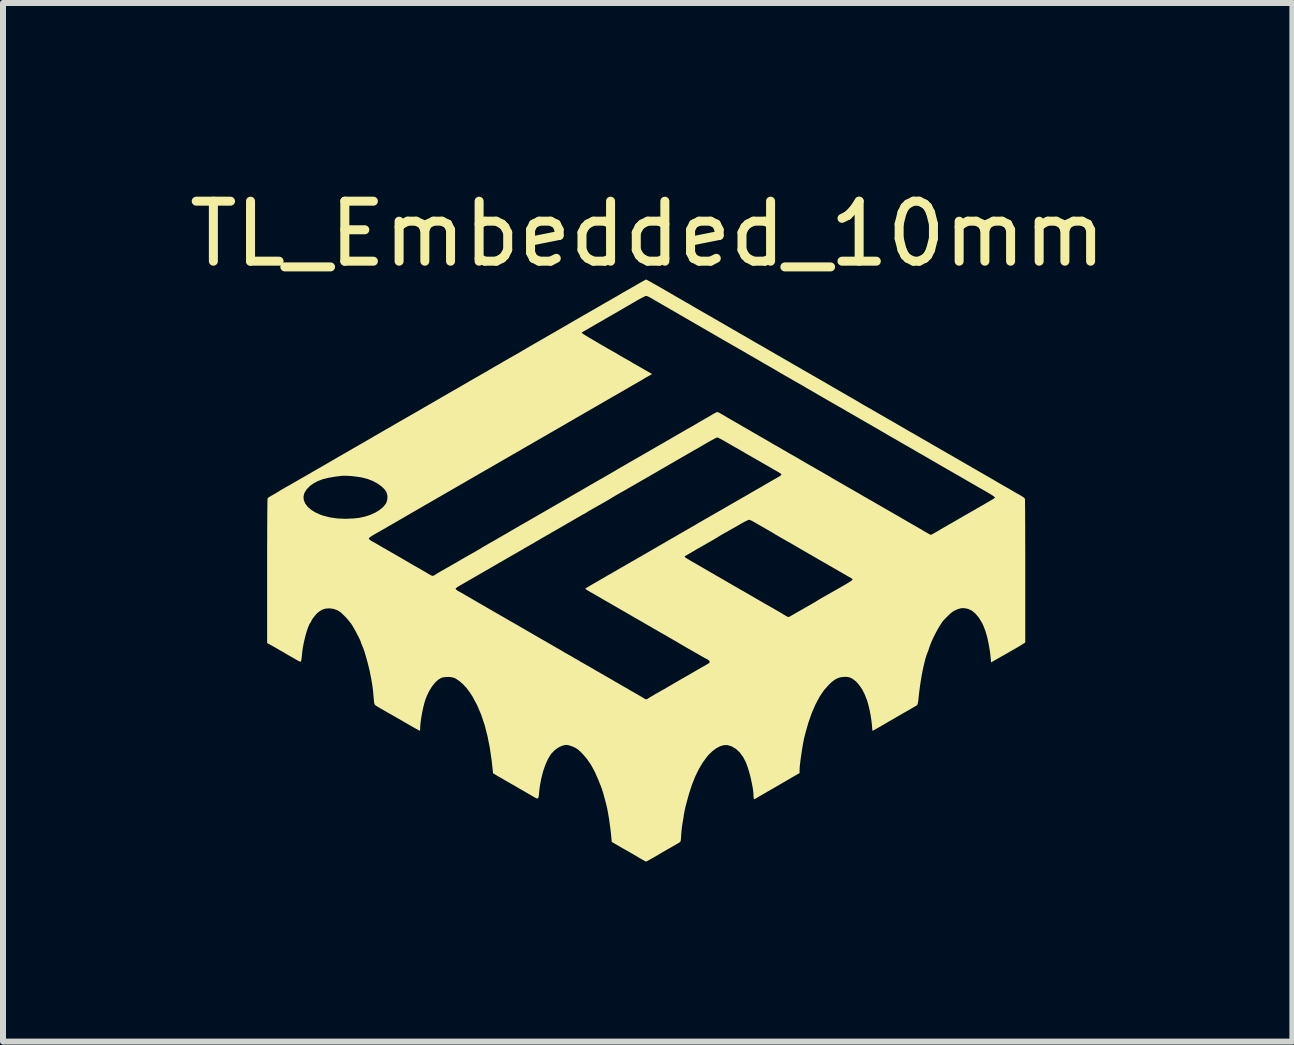
<source format=kicad_pcb>
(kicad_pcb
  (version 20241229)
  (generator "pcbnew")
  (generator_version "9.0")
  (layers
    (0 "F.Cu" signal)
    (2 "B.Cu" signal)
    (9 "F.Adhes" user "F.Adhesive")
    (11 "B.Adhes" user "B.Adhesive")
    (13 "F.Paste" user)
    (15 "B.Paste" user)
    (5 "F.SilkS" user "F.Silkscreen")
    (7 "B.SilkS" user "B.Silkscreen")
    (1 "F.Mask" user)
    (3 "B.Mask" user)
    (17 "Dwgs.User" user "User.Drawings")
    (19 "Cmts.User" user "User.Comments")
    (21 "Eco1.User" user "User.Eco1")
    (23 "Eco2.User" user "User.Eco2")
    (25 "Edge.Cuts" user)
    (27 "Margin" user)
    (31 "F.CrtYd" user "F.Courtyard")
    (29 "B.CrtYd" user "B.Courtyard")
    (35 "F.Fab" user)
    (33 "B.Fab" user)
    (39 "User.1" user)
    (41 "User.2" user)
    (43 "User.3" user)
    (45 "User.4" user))
  (footprint "TL_Embedded_10mm"
    (layer "F.Cu")
    (at 7.744 6.448)
    (property "Reference" "TL_Embedded_10mm" (at 0 -5.6 0) (unlocked yes) (layer "F.SilkS") (effects (font (size 1 1) (thickness 0.15))))
    (attr board_only exclude_from_pos_files exclude_from_bom)
    (fp_poly (pts (xy -0.016 -4.835) (xy 0.01 -4.821) (xy 0.049 -4.8) (xy 0.099 -4.771) (xy 0.158 -4.738) (xy 0.224 -4.7) (xy 0.294 -4.659) (xy 0.348 -4.628) (xy 0.397 -4.6) (xy 0.456 -4.565) (xy 0.518 -4.53) (xy 0.575 -4.497) (xy 0.623 -4.469) (xy 0.669 -4.443) (xy 0.706 -4.422) (xy 0.732 -4.407) (xy 0.736 -4.404) (xy 0.759 -4.39) (xy 0.795 -4.37) (xy 0.837 -4.345) (xy 0.872 -4.325) (xy 0.921 -4.297) (xy 0.98 -4.263) (xy 1.042 -4.228) (xy 1.099 -4.195) (xy 1.099 -4.194) (xy 1.159 -4.16) (xy 1.228 -4.12) (xy 1.297 -4.08) (xy 1.354 -4.047) (xy 1.414 -4.012) (xy 1.483 -3.973) (xy 1.552 -3.932) (xy 1.614 -3.897) (xy 1.616 -3.896) (xy 1.678 -3.86) (xy 1.748 -3.819) (xy 1.819 -3.778) (xy 1.883 -3.742) (xy 1.886 -3.74) (xy 1.976 -3.688) (xy 2.05 -3.645) (xy 2.11 -3.611) (xy 2.157 -3.583) (xy 2.193 -3.563) (xy 2.219 -3.548) (xy 2.228 -3.542) (xy 2.252 -3.529) (xy 2.287 -3.508) (xy 2.33 -3.484) (xy 2.365 -3.464) (xy 2.408 -3.438) (xy 2.448 -3.415) (xy 2.48 -3.397) (xy 2.496 -3.388) (xy 2.515 -3.377) (xy 2.548 -3.358) (xy 2.59 -3.333) (xy 2.638 -3.306) (xy 2.657 -3.295) (xy 2.766 -3.232) (xy 2.863 -3.176) (xy 2.956 -3.123) (xy 3.049 -3.069) (xy 3.116 -3.03) (xy 3.173 -2.997) (xy 3.233 -2.962) (xy 3.291 -2.929) (xy 3.339 -2.901) (xy 3.348 -2.896) (xy 3.399 -2.867) (xy 3.454 -2.835) (xy 3.505 -2.805) (xy 3.524 -2.793) (xy 3.573 -2.764) (xy 3.627 -2.733) (xy 3.677 -2.705) (xy 3.683 -2.701) (xy 3.724 -2.678) (xy 3.761 -2.657) (xy 3.79 -2.64) (xy 3.796 -2.637) (xy 3.819 -2.623) (xy 3.854 -2.603) (xy 3.895 -2.579) (xy 3.924 -2.563) (xy 3.968 -2.537) (xy 4.024 -2.505) (xy 4.084 -2.471) (xy 4.142 -2.437) (xy 4.154 -2.43) (xy 4.216 -2.394) (xy 4.284 -2.355) (xy 4.352 -2.315) (xy 4.412 -2.281) (xy 4.417 -2.279) (xy 4.477 -2.244) (xy 4.546 -2.204) (xy 4.615 -2.164) (xy 4.669 -2.133) (xy 4.786 -2.065) (xy 4.913 -1.992) (xy 5.04 -1.919) (xy 5.158 -1.851) (xy 5.165 -1.847) (xy 5.21 -1.821) (xy 5.252 -1.797) (xy 5.286 -1.777) (xy 5.306 -1.765) (xy 5.328 -1.753) (xy 5.362 -1.733) (xy 5.405 -1.708) (xy 5.45 -1.682) (xy 5.494 -1.657) (xy 5.532 -1.635) (xy 5.561 -1.618) (xy 5.577 -1.609) (xy 5.578 -1.608) (xy 5.594 -1.599) (xy 5.622 -1.583) (xy 5.659 -1.561) (xy 5.684 -1.547) (xy 5.726 -1.523) (xy 5.766 -1.5) (xy 5.797 -1.482) (xy 5.808 -1.475) (xy 5.831 -1.461) (xy 5.867 -1.441) (xy 5.909 -1.416) (xy 5.944 -1.396) (xy 5.989 -1.371) (xy 6.032 -1.346) (xy 6.067 -1.325) (xy 6.085 -1.315) (xy 6.114 -1.298) (xy 6.152 -1.276) (xy 6.194 -1.253) (xy 6.203 -1.248) (xy 6.243 -1.224) (xy 6.271 -1.203) (xy 6.286 -1.187) (xy 6.286 -1.185) (xy 6.287 -1.172) (xy 6.288 -1.141) (xy 6.288 -1.092) (xy 6.289 -1.026) (xy 6.29 -0.946) (xy 6.29 -0.852) (xy 6.291 -0.745) (xy 6.291 -0.627) (xy 6.291 -0.499) (xy 6.292 -0.362) (xy 6.292 -0.218) (xy 6.292 -0.068) (xy 6.292 0.022) (xy 6.292 1.209) (xy 6.239 1.243) (xy 6.209 1.262) (xy 6.167 1.287) (xy 6.119 1.315) (xy 6.075 1.34) (xy 6.02 1.371) (xy 5.957 1.408) (xy 5.892 1.444) (xy 5.843 1.472) (xy 5.722 1.541) (xy 5.72 1.509) (xy 5.706 1.375) (xy 5.685 1.248) (xy 5.66 1.129) (xy 5.63 1.023) (xy 5.595 0.932) (xy 5.574 0.887) (xy 5.521 0.799) (xy 5.464 0.73) (xy 5.404 0.68) (xy 5.339 0.649) (xy 5.281 0.638) (xy 5.244 0.636) (xy 5.21 0.641) (xy 5.172 0.652) (xy 5.152 0.66) (xy 5.115 0.676) (xy 5.083 0.696) (xy 5.049 0.722) (xy 5.01 0.759) (xy 5.004 0.765) (xy 4.971 0.798) (xy 4.943 0.827) (xy 4.923 0.849) (xy 4.915 0.858) (xy 4.868 0.93) (xy 4.82 1.012) (xy 4.775 1.098) (xy 4.735 1.183) (xy 4.703 1.262) (xy 4.687 1.311) (xy 4.676 1.345) (xy 4.663 1.376) (xy 4.645 1.425) (xy 4.625 1.491) (xy 4.605 1.571) (xy 4.585 1.661) (xy 4.566 1.759) (xy 4.549 1.861) (xy 4.534 1.965) (xy 4.521 2.066) (xy 4.516 2.112) (xy 4.51 2.172) (xy 4.504 2.213) (xy 4.497 2.239) (xy 4.49 2.252) (xy 4.488 2.254) (xy 4.464 2.269) (xy 4.425 2.292) (xy 4.37 2.324) (xy 4.299 2.365) (xy 4.273 2.379) (xy 4.229 2.405) (xy 4.19 2.427) (xy 4.16 2.445) (xy 4.143 2.455) (xy 4.143 2.455) (xy 4.127 2.464) (xy 4.098 2.481) (xy 4.062 2.502) (xy 4.042 2.513) (xy 3.999 2.538) (xy 3.959 2.561) (xy 3.927 2.58) (xy 3.917 2.585) (xy 3.883 2.606) (xy 3.845 2.627) (xy 3.808 2.648) (xy 3.777 2.666) (xy 3.755 2.678) (xy 3.746 2.682) (xy 3.745 2.673) (xy 3.742 2.648) (xy 3.739 2.611) (xy 3.737 2.589) (xy 3.729 2.515) (xy 3.716 2.429) (xy 3.699 2.34) (xy 3.679 2.255) (xy 3.658 2.18) (xy 3.655 2.173) (xy 3.619 2.079) (xy 3.576 1.994) (xy 3.526 1.92) (xy 3.473 1.86) (xy 3.418 1.817) (xy 3.407 1.811) (xy 3.374 1.794) (xy 3.345 1.786) (xy 3.309 1.782) (xy 3.28 1.782) (xy 3.223 1.787) (xy 3.17 1.802) (xy 3.118 1.829) (xy 3.064 1.87) (xy 3.016 1.916) (xy 2.937 2.005) (xy 2.864 2.114) (xy 2.796 2.242) (xy 2.733 2.387) (xy 2.676 2.551) (xy 2.625 2.731) (xy 2.607 2.803) (xy 2.597 2.852) (xy 2.586 2.912) (xy 2.574 2.981) (xy 2.563 3.055) (xy 2.552 3.128) (xy 2.543 3.197) (xy 2.536 3.258) (xy 2.532 3.307) (xy 2.531 3.334) (xy 2.531 3.385) (xy 2.377 3.474) (xy 2.322 3.506) (xy 2.269 3.537) (xy 2.222 3.564) (xy 2.185 3.586) (xy 2.168 3.596) (xy 2.138 3.613) (xy 2.096 3.638) (xy 2.047 3.666) (xy 1.996 3.695) (xy 1.986 3.701) (xy 1.937 3.729) (xy 1.891 3.756) (xy 1.852 3.778) (xy 1.824 3.794) (xy 1.82 3.797) (xy 1.795 3.811) (xy 1.776 3.82) (xy 1.772 3.821) (xy 1.768 3.812) (xy 1.765 3.79) (xy 1.764 3.774) (xy 1.761 3.711) (xy 1.751 3.635) (xy 1.735 3.551) (xy 1.716 3.462) (xy 1.693 3.375) (xy 1.668 3.294) (xy 1.643 3.224) (xy 1.635 3.204) (xy 1.588 3.115) (xy 1.533 3.041) (xy 1.471 2.983) (xy 1.403 2.942) (xy 1.331 2.919) (xy 1.325 2.919) (xy 1.269 2.92) (xy 1.208 2.938) (xy 1.144 2.971) (xy 1.079 3.019) (xy 1.017 3.079) (xy 0.987 3.114) (xy 0.915 3.213) (xy 0.85 3.323) (xy 0.79 3.447) (xy 0.735 3.586) (xy 0.685 3.742) (xy 0.638 3.915) (xy 0.626 3.963) (xy 0.616 4.01) (xy 0.607 4.056) (xy 0.6 4.093) (xy 0.6 4.099) (xy 0.595 4.135) (xy 0.587 4.18) (xy 0.579 4.227) (xy 0.579 4.228) (xy 0.572 4.273) (xy 0.566 4.329) (xy 0.56 4.388) (xy 0.558 4.418) (xy 0.555 4.467) (xy 0.552 4.499) (xy 0.548 4.52) (xy 0.541 4.533) (xy 0.531 4.541) (xy 0.523 4.546) (xy 0.504 4.557) (xy 0.472 4.576) (xy 0.43 4.6) (xy 0.383 4.627) (xy 0.363 4.638) (xy 0.302 4.673) (xy 0.233 4.713) (xy 0.166 4.753) (xy 0.107 4.787) (xy 0.107 4.787) (xy 0.061 4.813) (xy 0.022 4.835) (xy -0.007 4.851) (xy -0.024 4.859) (xy -0.027 4.86) (xy -0.039 4.855) (xy -0.064 4.842) (xy -0.096 4.824) (xy -0.106 4.818) (xy -0.144 4.796) (xy -0.179 4.775) (xy -0.204 4.76) (xy -0.207 4.759) (xy -0.228 4.746) (xy -0.261 4.727) (xy -0.303 4.703) (xy -0.338 4.683) (xy -0.381 4.659) (xy -0.419 4.637) (xy -0.449 4.62) (xy -0.464 4.611) (xy -0.486 4.598) (xy -0.518 4.58) (xy -0.545 4.564) (xy -0.6 4.532) (xy -0.607 4.451) (xy -0.613 4.386) (xy -0.622 4.311) (xy -0.633 4.23) (xy -0.644 4.15) (xy -0.657 4.075) (xy -0.668 4.011) (xy -0.677 3.968) (xy -0.692 3.905) (xy -0.709 3.84) (xy -0.726 3.776) (xy -0.742 3.718) (xy -0.757 3.67) (xy -0.768 3.636) (xy -0.771 3.63) (xy -0.78 3.605) (xy -0.795 3.568) (xy -0.813 3.524) (xy -0.822 3.5) (xy -0.881 3.366) (xy -0.944 3.249) (xy -1.015 3.147) (xy -1.081 3.07) (xy -1.126 3.024) (xy -1.163 2.992) (xy -1.198 2.968) (xy -1.237 2.949) (xy -1.277 2.934) (xy -1.319 2.921) (xy -1.351 2.916) (xy -1.381 2.918) (xy -1.417 2.928) (xy -1.438 2.935) (xy -1.494 2.962) (xy -1.55 3.004) (xy -1.601 3.056) (xy -1.62 3.081) (xy -1.665 3.157) (xy -1.706 3.249) (xy -1.742 3.354) (xy -1.772 3.468) (xy -1.795 3.588) (xy -1.807 3.68) (xy -1.812 3.738) (xy -1.817 3.777) (xy -1.824 3.8) (xy -1.835 3.81) (xy -1.852 3.807) (xy -1.878 3.794) (xy -1.911 3.775) (xy -1.971 3.74) (xy -2.045 3.697) (xy -2.129 3.649) (xy -2.218 3.597) (xy -2.309 3.545) (xy -2.377 3.506) (xy -2.426 3.477) (xy -2.472 3.451) (xy -2.51 3.429) (xy -2.536 3.413) (xy -2.541 3.41) (xy -2.577 3.389) (xy -2.599 3.189) (xy -2.629 2.976) (xy -2.669 2.774) (xy -2.717 2.586) (xy -2.775 2.413) (xy -2.842 2.255) (xy -2.917 2.114) (xy -2.96 2.047) (xy -3.019 1.968) (xy -3.082 1.9) (xy -3.146 1.846) (xy -3.209 1.806) (xy -3.225 1.799) (xy -3.267 1.788) (xy -3.319 1.783) (xy -3.373 1.785) (xy -3.422 1.793) (xy -3.443 1.8) (xy -3.493 1.831) (xy -3.544 1.879) (xy -3.594 1.941) (xy -3.64 2.015) (xy -3.68 2.098) (xy -3.7 2.148) (xy -3.721 2.214) (xy -3.741 2.293) (xy -3.759 2.377) (xy -3.774 2.462) (xy -3.785 2.542) (xy -3.791 2.611) (xy -3.791 2.635) (xy -3.793 2.662) (xy -3.796 2.679) (xy -3.799 2.68) (xy -3.812 2.674) (xy -3.837 2.66) (xy -3.873 2.64) (xy -3.913 2.618) (xy -3.954 2.594) (xy -3.991 2.573) (xy -4.022 2.555) (xy -4.038 2.546) (xy -4.061 2.533) (xy -4.096 2.512) (xy -4.137 2.488) (xy -4.166 2.472) (xy -4.256 2.42) (xy -4.331 2.378) (xy -4.391 2.343) (xy -4.439 2.316) (xy -4.475 2.294) (xy -4.502 2.279) (xy -4.52 2.267) (xy -4.532 2.26) (xy -4.536 2.257) (xy -4.545 2.249) (xy -4.552 2.237) (xy -4.558 2.218) (xy -4.562 2.188) (xy -4.566 2.144) (xy -4.569 2.111) (xy -4.573 2.057) (xy -4.578 2.01) (xy -4.583 1.968) (xy -4.589 1.924) (xy -4.597 1.874) (xy -4.608 1.812) (xy -4.618 1.762) (xy -4.633 1.685) (xy -4.653 1.602) (xy -4.675 1.517) (xy -4.698 1.436) (xy -4.72 1.362) (xy -4.742 1.3) (xy -4.761 1.255) (xy -4.772 1.228) (xy -4.779 1.21) (xy -4.78 1.207) (xy -4.784 1.191) (xy -4.797 1.161) (xy -4.816 1.122) (xy -4.839 1.077) (xy -4.864 1.029) (xy -4.89 0.983) (xy -4.913 0.942) (xy -4.933 0.91) (xy -4.938 0.902) (xy -4.978 0.851) (xy -5.025 0.796) (xy -5.075 0.745) (xy -5.118 0.705) (xy -5.177 0.669) (xy -5.245 0.647) (xy -5.309 0.64) (xy -5.372 0.645) (xy -5.426 0.663) (xy -5.477 0.695) (xy -5.5 0.714) (xy -5.524 0.737) (xy -5.549 0.767) (xy -5.574 0.799) (xy -5.594 0.827) (xy -5.605 0.848) (xy -5.606 0.853) (xy -5.612 0.866) (xy -5.62 0.876) (xy -5.638 0.906) (xy -5.658 0.952) (xy -5.679 1.012) (xy -5.699 1.08) (xy -5.718 1.154) (xy -5.735 1.231) (xy -5.749 1.307) (xy -5.758 1.377) (xy -5.759 1.388) (xy -5.764 1.437) (xy -5.769 1.478) (xy -5.774 1.508) (xy -5.778 1.523) (xy -5.778 1.523) (xy -5.788 1.529) (xy -5.808 1.523) (xy -5.811 1.521) (xy -5.831 1.51) (xy -5.864 1.492) (xy -5.905 1.468) (xy -5.951 1.442) (xy -5.996 1.416) (xy -6.037 1.392) (xy -6.05 1.384) (xy -6.093 1.359) (xy -6.141 1.332) (xy -6.19 1.303) (xy -6.236 1.277) (xy -6.275 1.255) (xy -6.304 1.239) (xy -6.315 1.233) (xy -6.342 1.219) (xy -6.342 0.314) (xy -3.201 0.314) (xy -3.193 0.327) (xy -3.173 0.343) (xy -3.165 0.348) (xy -3.14 0.362) (xy -3.103 0.382) (xy -3.062 0.406) (xy -3.039 0.42) (xy -2.995 0.445) (xy -2.941 0.476) (xy -2.882 0.51) (xy -2.826 0.543) (xy -2.821 0.546) (xy -2.761 0.58) (xy -2.692 0.62) (xy -2.622 0.661) (xy -2.56 0.697) (xy -2.559 0.697) (xy -2.497 0.733) (xy -2.429 0.772) (xy -2.36 0.812) (xy -2.301 0.846) (xy -2.299 0.847) (xy -2.241 0.88) (xy -2.173 0.919) (xy -2.104 0.959) (xy -2.042 0.995) (xy -2.037 0.998) (xy -1.976 1.034) (xy -1.907 1.074) (xy -1.839 1.113) (xy -1.78 1.147) (xy -1.775 1.15) (xy -1.716 1.183) (xy -1.649 1.222) (xy -1.58 1.262) (xy -1.518 1.298) (xy -1.513 1.301) (xy -1.453 1.335) (xy -1.389 1.373) (xy -1.326 1.409) (xy -1.272 1.439) (xy -1.265 1.443) (xy -1.222 1.469) (xy -1.183 1.491) (xy -1.154 1.508) (xy -1.138 1.517) (xy -1.138 1.517) (xy -1.123 1.526) (xy -1.094 1.543) (xy -1.056 1.565) (xy -1.012 1.59) (xy -1.007 1.593) (xy -0.962 1.618) (xy -0.923 1.641) (xy -0.893 1.658) (xy -0.877 1.668) (xy -0.876 1.669) (xy -0.86 1.678) (xy -0.832 1.694) (xy -0.795 1.715) (xy -0.771 1.729) (xy -0.728 1.754) (xy -0.685 1.778) (xy -0.651 1.798) (xy -0.639 1.805) (xy -0.611 1.821) (xy -0.572 1.844) (xy -0.529 1.869) (xy -0.507 1.881) (xy -0.465 1.906) (xy -0.426 1.929) (xy -0.394 1.947) (xy -0.383 1.953) (xy -0.362 1.965) (xy -0.327 1.985) (xy -0.284 2.011) (xy -0.234 2.039) (xy -0.212 2.052) (xy -0.163 2.08) (xy -0.12 2.105) (xy -0.085 2.126) (xy -0.062 2.14) (xy -0.056 2.144) (xy -0.032 2.156) (xy -0.011 2.153) (xy 0.011 2.139) (xy 0.029 2.128) (xy 0.06 2.109) (xy 0.101 2.085) (xy 0.146 2.058) (xy 0.156 2.053) (xy 0.212 2.021) (xy 0.278 1.984) (xy 0.345 1.945) (xy 0.407 1.909) (xy 0.413 1.905) (xy 0.469 1.873) (xy 0.527 1.839) (xy 0.581 1.808) (xy 0.625 1.783) (xy 0.634 1.778) (xy 0.677 1.753) (xy 0.718 1.729) (xy 0.752 1.71) (xy 0.762 1.704) (xy 0.789 1.688) (xy 0.828 1.665) (xy 0.872 1.64) (xy 0.892 1.628) (xy 0.932 1.606) (xy 0.967 1.586) (xy 0.992 1.571) (xy 1 1.567) (xy 1.026 1.549) (xy 1.035 1.534) (xy 1.028 1.518) (xy 1.024 1.513) (xy 1.008 1.498) (xy 0.999 1.492) (xy 0.988 1.488) (xy 0.963 1.474) (xy 0.928 1.455) (xy 0.885 1.431) (xy 0.872 1.423) (xy 0.815 1.39) (xy 0.754 1.355) (xy 0.694 1.321) (xy 0.65 1.296) (xy 0.599 1.266) (xy 0.544 1.234) (xy 0.493 1.204) (xy 0.469 1.19) (xy 0.421 1.162) (xy 0.367 1.131) (xy 0.319 1.103) (xy 0.313 1.099) (xy 0.276 1.078) (xy 0.227 1.051) (xy 0.172 1.019) (xy 0.117 0.987) (xy 0.101 0.978) (xy 0.04 0.942) (xy -0.029 0.903) (xy -0.097 0.863) (xy -0.157 0.829) (xy -0.161 0.826) (xy -0.22 0.793) (xy -0.287 0.754) (xy -0.356 0.714) (xy -0.418 0.678) (xy -0.424 0.675) (xy -0.479 0.643) (xy -0.536 0.61) (xy -0.588 0.58) (xy -0.631 0.555) (xy -0.64 0.55) (xy -0.684 0.525) (xy -0.728 0.5) (xy -0.764 0.478) (xy -0.771 0.474) (xy -0.801 0.457) (xy -0.842 0.433) (xy -0.889 0.406) (xy -0.93 0.383) (xy -0.972 0.359) (xy -1.006 0.338) (xy -1.029 0.323) (xy -1.038 0.315) (xy -1.039 0.315) (xy -1.037 0.311) (xy -1.033 0.306) (xy -1.022 0.299) (xy -1.002 0.287) (xy -0.972 0.269) (xy -0.928 0.243) (xy -0.884 0.218) (xy -0.84 0.193) (xy -0.798 0.168) (xy -0.764 0.148) (xy -0.751 0.141) (xy -0.723 0.125) (xy -0.684 0.102) (xy -0.641 0.077) (xy -0.62 0.066) (xy -0.581 0.043) (xy -0.547 0.023) (xy -0.523 0.01) (xy -0.516 0.005) (xy -0.502 -0.003) (xy -0.473 -0.02) (xy -0.434 -0.042) (xy -0.388 -0.068) (xy -0.358 -0.086) (xy -0.309 -0.114) (xy -0.265 -0.139) (xy -0.23 -0.159) (xy -0.207 -0.172) (xy -0.2 -0.176) (xy -0.184 -0.186) (xy -0.156 -0.202) (xy -0.123 -0.221) (xy 0.615 -0.221) (xy 0.623 -0.211) (xy 0.644 -0.196) (xy 0.663 -0.184) (xy 0.693 -0.167) (xy 0.718 -0.152) (xy 0.727 -0.146) (xy 0.743 -0.137) (xy 0.771 -0.121) (xy 0.808 -0.1) (xy 0.832 -0.086) (xy 0.875 -0.061) (xy 0.917 -0.037) (xy 0.951 -0.017) (xy 0.963 -0.01) (xy 0.991 0.006) (xy 1.03 0.029) (xy 1.073 0.054) (xy 1.09 0.063) (xy 1.13 0.087) (xy 1.182 0.117) (xy 1.24 0.15) (xy 1.297 0.183) (xy 1.311 0.191) (xy 1.372 0.227) (xy 1.441 0.267) (xy 1.509 0.306) (xy 1.568 0.34) (xy 1.573 0.343) (xy 1.631 0.376) (xy 1.699 0.415) (xy 1.768 0.455) (xy 1.83 0.491) (xy 1.835 0.494) (xy 1.896 0.529) (xy 1.963 0.568) (xy 2.029 0.605) (xy 2.087 0.638) (xy 2.092 0.641) (xy 2.143 0.671) (xy 2.194 0.7) (xy 2.239 0.727) (xy 2.272 0.747) (xy 2.274 0.748) (xy 2.305 0.767) (xy 2.33 0.78) (xy 2.344 0.786) (xy 2.344 0.786) (xy 2.357 0.781) (xy 2.382 0.768) (xy 2.418 0.748) (xy 2.455 0.726) (xy 2.506 0.697) (xy 2.566 0.663) (xy 2.627 0.628) (xy 2.677 0.599) (xy 2.724 0.573) (xy 2.766 0.548) (xy 2.8 0.528) (xy 2.821 0.515) (xy 2.823 0.514) (xy 2.842 0.502) (xy 2.873 0.483) (xy 2.914 0.46) (xy 2.959 0.434) (xy 2.959 0.434) (xy 3.016 0.402) (xy 3.08 0.365) (xy 3.144 0.329) (xy 3.186 0.305) (xy 3.266 0.259) (xy 3.329 0.222) (xy 3.375 0.193) (xy 3.403 0.173) (xy 3.406 0.171) (xy 3.414 0.161) (xy 3.41 0.151) (xy 3.393 0.138) (xy 3.368 0.123) (xy 3.346 0.111) (xy 3.311 0.091) (xy 3.268 0.066) (xy 3.22 0.038) (xy 3.207 0.031) (xy 3.148 -0.003) (xy 3.084 -0.04) (xy 3.021 -0.076) (xy 2.97 -0.106) (xy 2.924 -0.132) (xy 2.881 -0.157) (xy 2.845 -0.177) (xy 2.823 -0.19) (xy 2.799 -0.204) (xy 2.763 -0.225) (xy 2.722 -0.249) (xy 2.704 -0.259) (xy 2.661 -0.284) (xy 2.619 -0.308) (xy 2.586 -0.327) (xy 2.576 -0.333) (xy 2.524 -0.363) (xy 2.459 -0.401) (xy 2.387 -0.443) (xy 2.311 -0.486) (xy 2.244 -0.524) (xy 2.199 -0.55) (xy 2.158 -0.574) (xy 2.126 -0.592) (xy 2.108 -0.604) (xy 2.107 -0.604) (xy 2.089 -0.616) (xy 2.058 -0.634) (xy 2.017 -0.658) (xy 1.971 -0.684) (xy 1.961 -0.69) (xy 1.91 -0.719) (xy 1.858 -0.749) (xy 1.811 -0.776) (xy 1.776 -0.796) (xy 1.775 -0.797) (xy 1.74 -0.816) (xy 1.71 -0.83) (xy 1.69 -0.836) (xy 1.689 -0.836) (xy 1.673 -0.831) (xy 1.644 -0.818) (xy 1.605 -0.798) (xy 1.562 -0.774) (xy 1.558 -0.772) (xy 1.503 -0.74) (xy 1.439 -0.703) (xy 1.374 -0.667) (xy 1.326 -0.639) (xy 1.279 -0.613) (xy 1.237 -0.589) (xy 1.203 -0.569) (xy 1.182 -0.556) (xy 1.18 -0.554) (xy 1.161 -0.543) (xy 1.13 -0.524) (xy 1.089 -0.5) (xy 1.045 -0.474) (xy 1.044 -0.474) (xy 0.965 -0.429) (xy 0.889 -0.385) (xy 0.818 -0.345) (xy 0.757 -0.309) (xy 0.71 -0.281) (xy 0.707 -0.28) (xy 0.676 -0.262) (xy 0.648 -0.246) (xy 0.638 -0.24) (xy 0.621 -0.229) (xy 0.615 -0.221) (xy -0.123 -0.221) (xy -0.119 -0.223) (xy -0.099 -0.234) (xy -0.055 -0.26) (xy -0.011 -0.285) (xy 0.026 -0.307) (xy 0.035 -0.312) (xy 0.068 -0.331) (xy 0.11 -0.356) (xy 0.155 -0.382) (xy 0.17 -0.391) (xy 0.212 -0.415) (xy 0.254 -0.439) (xy 0.287 -0.458) (xy 0.297 -0.464) (xy 0.325 -0.48) (xy 0.364 -0.503) (xy 0.407 -0.528) (xy 0.428 -0.539) (xy 0.467 -0.562) (xy 0.501 -0.582) (xy 0.525 -0.596) (xy 0.533 -0.6) (xy 0.548 -0.609) (xy 0.576 -0.625) (xy 0.614 -0.647) (xy 0.658 -0.672) (xy 0.66 -0.674) (xy 0.704 -0.699) (xy 0.742 -0.721) (xy 0.771 -0.737) (xy 0.786 -0.746) (xy 0.787 -0.747) (xy 0.802 -0.756) (xy 0.834 -0.775) (xy 0.883 -0.803) (xy 0.945 -0.839) (xy 1.022 -0.883) (xy 1.112 -0.935) (xy 1.17 -0.968) (xy 1.228 -1.001) (xy 1.295 -1.04) (xy 1.364 -1.08) (xy 1.427 -1.116) (xy 1.432 -1.119) (xy 1.493 -1.154) (xy 1.562 -1.194) (xy 1.63 -1.233) (xy 1.689 -1.267) (xy 1.694 -1.27) (xy 1.752 -1.304) (xy 1.82 -1.343) (xy 1.889 -1.382) (xy 1.951 -1.419) (xy 1.956 -1.422) (xy 2.01 -1.453) (xy 2.064 -1.484) (xy 2.112 -1.512) (xy 2.151 -1.534) (xy 2.16 -1.539) (xy 2.193 -1.558) (xy 2.217 -1.575) (xy 2.228 -1.586) (xy 2.228 -1.588) (xy 2.225 -1.596) (xy 2.214 -1.607) (xy 2.191 -1.622) (xy 2.154 -1.643) (xy 2.134 -1.655) (xy 2.1 -1.674) (xy 2.058 -1.699) (xy 2.011 -1.726) (xy 1.997 -1.734) (xy 1.938 -1.768) (xy 1.874 -1.805) (xy 1.811 -1.841) (xy 1.76 -1.87) (xy 1.714 -1.897) (xy 1.671 -1.921) (xy 1.635 -1.942) (xy 1.613 -1.955) (xy 1.589 -1.969) (xy 1.553 -1.99) (xy 1.512 -2.014) (xy 1.494 -2.024) (xy 1.451 -2.048) (xy 1.409 -2.072) (xy 1.376 -2.092) (xy 1.366 -2.097) (xy 1.3 -2.136) (xy 1.244 -2.167) (xy 1.201 -2.19) (xy 1.172 -2.204) (xy 1.16 -2.208) (xy 1.144 -2.203) (xy 1.114 -2.188) (xy 1.07 -2.164) (xy 1.014 -2.133) (xy 0.968 -2.106) (xy 0.945 -2.093) (xy 0.91 -2.072) (xy 0.867 -2.047) (xy 0.822 -2.021) (xy 0.77 -1.992) (xy 0.711 -1.958) (xy 0.647 -1.921) (xy 0.584 -1.885) (xy 0.524 -1.85) (xy 0.473 -1.821) (xy 0.434 -1.798) (xy 0.424 -1.792) (xy 0.399 -1.778) (xy 0.363 -1.757) (xy 0.322 -1.733) (xy 0.299 -1.72) (xy 0.256 -1.695) (xy 0.214 -1.671) (xy 0.18 -1.651) (xy 0.168 -1.644) (xy 0.139 -1.627) (xy 0.1 -1.604) (xy 0.057 -1.58) (xy 0.04 -1.57) (xy -0.001 -1.546) (xy -0.053 -1.516) (xy -0.111 -1.483) (xy -0.167 -1.45) (xy -0.182 -1.442) (xy -0.242 -1.407) (xy -0.309 -1.369) (xy -0.375 -1.331) (xy -0.433 -1.298) (xy -0.439 -1.295) (xy -0.485 -1.269) (xy -0.528 -1.244) (xy -0.561 -1.224) (xy -0.582 -1.211) (xy -0.585 -1.21) (xy -0.607 -1.196) (xy -0.646 -1.173) (xy -0.702 -1.14) (xy -0.776 -1.098) (xy -0.866 -1.047) (xy -0.923 -1.015) (xy -0.961 -0.993) (xy -0.992 -0.975) (xy -1.013 -0.962) (xy -1.018 -0.958) (xy -1.03 -0.95) (xy -1.049 -0.94) (xy -1.066 -0.931) (xy -1.097 -0.914) (xy -1.138 -0.89) (xy -1.186 -0.863) (xy -1.22 -0.843) (xy -1.28 -0.808) (xy -1.345 -0.771) (xy -1.408 -0.734) (xy -1.462 -0.703) (xy -1.477 -0.694) (xy -1.521 -0.669) (xy -1.559 -0.647) (xy -1.589 -0.63) (xy -1.605 -0.621) (xy -1.605 -0.62) (xy -1.621 -0.611) (xy -1.649 -0.594) (xy -1.686 -0.574) (xy -1.706 -0.562) (xy -1.75 -0.537) (xy -1.794 -0.511) (xy -1.831 -0.49) (xy -1.84 -0.484) (xy -1.873 -0.465) (xy -1.915 -0.44) (xy -1.96 -0.415) (xy -1.975 -0.406) (xy -2.017 -0.382) (xy -2.059 -0.358) (xy -2.092 -0.338) (xy -2.102 -0.333) (xy -2.13 -0.316) (xy -2.169 -0.294) (xy -2.212 -0.269) (xy -2.233 -0.257) (xy -2.277 -0.232) (xy -2.319 -0.208) (xy -2.353 -0.188) (xy -2.365 -0.181) (xy -2.393 -0.165) (xy -2.432 -0.142) (xy -2.475 -0.118) (xy -2.492 -0.108) (xy -2.533 -0.084) (xy -2.571 -0.062) (xy -2.601 -0.045) (xy -2.61 -0.04) (xy -2.631 -0.027) (xy -2.666 -0.007) (xy -2.708 0.017) (xy -2.751 0.042) (xy -2.803 0.072) (xy -2.866 0.108) (xy -2.929 0.145) (xy -2.982 0.175) (xy -3.032 0.204) (xy -3.08 0.232) (xy -3.121 0.255) (xy -3.15 0.272) (xy -3.154 0.274) (xy -3.18 0.292) (xy -3.198 0.307) (xy -3.201 0.314) (xy -6.342 0.314) (xy -6.342 0.017) (xy -6.342 -0.137) (xy -6.342 -0.286) (xy -6.342 -0.427) (xy -6.341 -0.523) (xy -4.648 -0.523) (xy -4.64 -0.51) (xy -4.617 -0.491) (xy -4.59 -0.475) (xy -4.549 -0.453) (xy -4.506 -0.428) (xy -4.482 -0.414) (xy -4.45 -0.395) (xy -4.407 -0.37) (xy -4.362 -0.345) (xy -4.347 -0.336) (xy -4.304 -0.311) (xy -4.262 -0.287) (xy -4.229 -0.268) (xy -4.219 -0.262) (xy -4.191 -0.246) (xy -4.152 -0.223) (xy -4.108 -0.198) (xy -4.087 -0.186) (xy -4.045 -0.161) (xy -4.005 -0.138) (xy -3.974 -0.12) (xy -3.963 -0.114) (xy -3.941 -0.101) (xy -3.907 -0.081) (xy -3.863 -0.056) (xy -3.814 -0.028) (xy -3.796 -0.018) (xy -3.747 0.011) (xy -3.701 0.037) (xy -3.663 0.06) (xy -3.636 0.076) (xy -3.63 0.079) (xy -3.601 0.095) (xy -3.581 0.099) (xy -3.559 0.091) (xy -3.538 0.078) (xy -3.517 0.064) (xy -3.482 0.043) (xy -3.439 0.018) (xy -3.391 -0.009) (xy -3.383 -0.014) (xy -3.327 -0.046) (xy -3.267 -0.08) (xy -3.209 -0.113) (xy -3.166 -0.138) (xy -3.108 -0.172) (xy -3.064 -0.198) (xy -3.027 -0.219) (xy -2.995 -0.237) (xy -2.961 -0.256) (xy -2.923 -0.278) (xy -2.907 -0.286) (xy -2.862 -0.312) (xy -2.817 -0.338) (xy -2.78 -0.36) (xy -2.768 -0.368) (xy -2.735 -0.388) (xy -2.692 -0.413) (xy -2.648 -0.439) (xy -2.638 -0.444) (xy -2.596 -0.468) (xy -2.555 -0.491) (xy -2.522 -0.51) (xy -2.516 -0.514) (xy -2.487 -0.531) (xy -2.448 -0.553) (xy -2.405 -0.578) (xy -2.388 -0.588) (xy -2.347 -0.611) (xy -2.309 -0.633) (xy -2.28 -0.651) (xy -2.271 -0.656) (xy -2.249 -0.669) (xy -2.214 -0.689) (xy -2.172 -0.713) (xy -2.13 -0.738) (xy -2.044 -0.787) (xy -1.965 -0.832) (xy -1.893 -0.874) (xy -1.83 -0.91) (xy -1.78 -0.939) (xy -1.743 -0.96) (xy -1.724 -0.971) (xy -1.7 -0.985) (xy -1.664 -1.006) (xy -1.623 -1.03) (xy -1.6 -1.043) (xy -1.557 -1.068) (xy -1.515 -1.092) (xy -1.48 -1.112) (xy -1.468 -1.119) (xy -1.439 -1.136) (xy -1.4 -1.158) (xy -1.357 -1.183) (xy -1.34 -1.193) (xy -1.3 -1.216) (xy -1.248 -1.246) (xy -1.19 -1.279) (xy -1.133 -1.312) (xy -1.119 -1.32) (xy -1.058 -1.356) (xy -0.989 -1.396) (xy -0.921 -1.435) (xy -0.862 -1.469) (xy -0.857 -1.472) (xy -0.78 -1.516) (xy -0.718 -1.551) (xy -0.668 -1.58) (xy -0.627 -1.604) (xy -0.593 -1.624) (xy -0.561 -1.642) (xy -0.531 -1.66) (xy -0.499 -1.679) (xy -0.449 -1.708) (xy -0.391 -1.741) (xy -0.334 -1.775) (xy -0.308 -1.79) (xy -0.215 -1.843) (xy -0.139 -1.887) (xy -0.078 -1.922) (xy -0.031 -1.949) (xy 0.003 -1.968) (xy 0.025 -1.981) (xy 0.032 -1.985) (xy 0.051 -1.997) (xy 0.083 -2.015) (xy 0.124 -2.039) (xy 0.169 -2.065) (xy 0.173 -2.067) (xy 0.218 -2.092) (xy 0.257 -2.115) (xy 0.287 -2.132) (xy 0.303 -2.142) (xy 0.304 -2.143) (xy 0.32 -2.152) (xy 0.349 -2.168) (xy 0.385 -2.189) (xy 0.405 -2.201) (xy 0.449 -2.226) (xy 0.493 -2.252) (xy 0.53 -2.273) (xy 0.539 -2.279) (xy 0.571 -2.297) (xy 0.613 -2.321) (xy 0.659 -2.348) (xy 0.681 -2.36) (xy 0.724 -2.384) (xy 0.766 -2.408) (xy 0.799 -2.428) (xy 0.812 -2.435) (xy 0.839 -2.452) (xy 0.877 -2.474) (xy 0.919 -2.498) (xy 0.936 -2.508) (xy 0.975 -2.53) (xy 1.008 -2.549) (xy 1.031 -2.562) (xy 1.037 -2.566) (xy 1.086 -2.595) (xy 1.121 -2.615) (xy 1.143 -2.626) (xy 1.157 -2.631) (xy 1.161 -2.631) (xy 1.176 -2.626) (xy 1.203 -2.613) (xy 1.235 -2.594) (xy 1.24 -2.592) (xy 1.276 -2.571) (xy 1.323 -2.543) (xy 1.374 -2.513) (xy 1.417 -2.489) (xy 1.46 -2.464) (xy 1.499 -2.442) (xy 1.528 -2.425) (xy 1.544 -2.415) (xy 1.545 -2.415) (xy 1.56 -2.406) (xy 1.589 -2.389) (xy 1.625 -2.368) (xy 1.65 -2.354) (xy 1.693 -2.329) (xy 1.732 -2.306) (xy 1.763 -2.288) (xy 1.775 -2.282) (xy 1.798 -2.268) (xy 1.833 -2.248) (xy 1.876 -2.223) (xy 1.911 -2.203) (xy 1.956 -2.177) (xy 1.999 -2.152) (xy 2.034 -2.132) (xy 2.052 -2.121) (xy 2.079 -2.105) (xy 2.117 -2.083) (xy 2.16 -2.059) (xy 2.176 -2.05) (xy 2.215 -2.028) (xy 2.248 -2.008) (xy 2.271 -1.995) (xy 2.277 -1.991) (xy 2.292 -1.983) (xy 2.32 -1.966) (xy 2.358 -1.944) (xy 2.402 -1.919) (xy 2.408 -1.916) (xy 2.454 -1.89) (xy 2.495 -1.866) (xy 2.528 -1.847) (xy 2.548 -1.835) (xy 2.549 -1.834) (xy 2.566 -1.824) (xy 2.595 -1.808) (xy 2.635 -1.784) (xy 2.689 -1.753) (xy 2.758 -1.714) (xy 2.842 -1.665) (xy 2.889 -1.639) (xy 2.942 -1.608) (xy 3.001 -1.574) (xy 3.056 -1.542) (xy 3.08 -1.527) (xy 3.113 -1.508) (xy 3.144 -1.49) (xy 3.175 -1.472) (xy 3.21 -1.452) (xy 3.252 -1.428) (xy 3.302 -1.399) (xy 3.365 -1.363) (xy 3.438 -1.321) (xy 3.497 -1.287) (xy 3.564 -1.248) (xy 3.633 -1.208) (xy 3.695 -1.172) (xy 3.701 -1.169) (xy 3.762 -1.134) (xy 3.831 -1.094) (xy 3.899 -1.055) (xy 3.958 -1.021) (xy 3.963 -1.018) (xy 4.021 -0.985) (xy 4.089 -0.946) (xy 4.158 -0.906) (xy 4.22 -0.87) (xy 4.225 -0.867) (xy 4.28 -0.835) (xy 4.335 -0.803) (xy 4.386 -0.774) (xy 4.427 -0.75) (xy 4.437 -0.745) (xy 4.479 -0.721) (xy 4.53 -0.691) (xy 4.583 -0.66) (xy 4.611 -0.643) (xy 4.651 -0.62) (xy 4.685 -0.601) (xy 4.709 -0.589) (xy 4.719 -0.585) (xy 4.731 -0.59) (xy 4.756 -0.603) (xy 4.791 -0.623) (xy 4.827 -0.643) (xy 4.877 -0.673) (xy 4.93 -0.704) (xy 4.979 -0.732) (xy 5.001 -0.745) (xy 5.038 -0.766) (xy 5.087 -0.794) (xy 5.142 -0.826) (xy 5.197 -0.858) (xy 5.213 -0.867) (xy 5.274 -0.902) (xy 5.343 -0.942) (xy 5.411 -0.981) (xy 5.471 -1.015) (xy 5.475 -1.018) (xy 5.559 -1.066) (xy 5.626 -1.105) (xy 5.68 -1.136) (xy 5.72 -1.16) (xy 5.75 -1.177) (xy 5.769 -1.19) (xy 5.781 -1.2) (xy 5.786 -1.206) (xy 5.786 -1.21) (xy 5.783 -1.214) (xy 5.777 -1.218) (xy 5.776 -1.219) (xy 5.755 -1.235) (xy 5.723 -1.256) (xy 5.678 -1.283) (xy 5.618 -1.318) (xy 5.571 -1.345) (xy 5.514 -1.377) (xy 5.448 -1.415) (xy 5.381 -1.454) (xy 5.32 -1.489) (xy 5.317 -1.491) (xy 5.179 -1.571) (xy 5.051 -1.644) (xy 4.937 -1.71) (xy 4.838 -1.767) (xy 4.828 -1.773) (xy 4.783 -1.799) (xy 4.741 -1.823) (xy 4.707 -1.843) (xy 4.687 -1.855) (xy 4.663 -1.869) (xy 4.628 -1.889) (xy 4.587 -1.913) (xy 4.569 -1.923) (xy 4.526 -1.947) (xy 4.485 -1.971) (xy 4.451 -1.991) (xy 4.442 -1.997) (xy 4.414 -2.013) (xy 4.375 -2.035) (xy 4.331 -2.06) (xy 4.309 -2.073) (xy 4.267 -2.097) (xy 4.227 -2.12) (xy 4.196 -2.138) (xy 4.185 -2.145) (xy 4.161 -2.158) (xy 4.126 -2.179) (xy 4.083 -2.203) (xy 4.048 -2.223) (xy 4.003 -2.249) (xy 3.961 -2.274) (xy 3.926 -2.295) (xy 3.907 -2.305) (xy 3.88 -2.321) (xy 3.841 -2.344) (xy 3.8 -2.368) (xy 3.786 -2.375) (xy 3.747 -2.398) (xy 3.697 -2.427) (xy 3.641 -2.459) (xy 3.584 -2.492) (xy 3.57 -2.5) (xy 3.508 -2.536) (xy 3.437 -2.577) (xy 3.367 -2.617) (xy 3.306 -2.652) (xy 3.302 -2.655) (xy 3.18 -2.725) (xy 3.047 -2.801) (xy 2.909 -2.881) (xy 2.773 -2.96) (xy 2.712 -2.995) (xy 2.643 -3.035) (xy 2.575 -3.075) (xy 2.521 -3.106) (xy 2.441 -3.151) (xy 2.367 -3.194) (xy 2.299 -3.233) (xy 2.241 -3.266) (xy 2.193 -3.294) (xy 2.159 -3.314) (xy 2.14 -3.326) (xy 2.138 -3.327) (xy 2.123 -3.336) (xy 2.095 -3.352) (xy 2.059 -3.373) (xy 2.038 -3.385) (xy 1.995 -3.41) (xy 1.953 -3.433) (xy 1.919 -3.453) (xy 1.91 -3.459) (xy 1.882 -3.475) (xy 1.843 -3.498) (xy 1.799 -3.523) (xy 1.778 -3.535) (xy 1.736 -3.559) (xy 1.696 -3.582) (xy 1.665 -3.6) (xy 1.654 -3.607) (xy 1.62 -3.627) (xy 1.572 -3.654) (xy 1.515 -3.687) (xy 1.452 -3.723) (xy 1.388 -3.76) (xy 1.327 -3.795) (xy 1.272 -3.827) (xy 1.255 -3.836) (xy 1.209 -3.863) (xy 1.166 -3.888) (xy 1.131 -3.908) (xy 1.109 -3.921) (xy 1.084 -3.935) (xy 1.048 -3.956) (xy 1.007 -3.98) (xy 0.989 -3.99) (xy 0.947 -4.015) (xy 0.905 -4.039) (xy 0.872 -4.058) (xy 0.862 -4.064) (xy 0.834 -4.08) (xy 0.795 -4.102) (xy 0.752 -4.128) (xy 0.73 -4.14) (xy 0.687 -4.165) (xy 0.634 -4.196) (xy 0.575 -4.23) (xy 0.517 -4.263) (xy 0.504 -4.271) (xy 0.444 -4.306) (xy 0.376 -4.345) (xy 0.31 -4.383) (xy 0.253 -4.416) (xy 0.247 -4.419) (xy 0.196 -4.449) (xy 0.144 -4.479) (xy 0.097 -4.506) (xy 0.062 -4.527) (xy 0.06 -4.528) (xy 0.026 -4.547) (xy -0.004 -4.561) (xy -0.023 -4.567) (xy -0.025 -4.567) (xy -0.04 -4.563) (xy -0.069 -4.549) (xy -0.108 -4.529) (xy -0.154 -4.504) (xy -0.181 -4.488) (xy -0.236 -4.457) (xy -0.291 -4.424) (xy -0.343 -4.395) (xy -0.384 -4.371) (xy -0.393 -4.365) (xy -0.431 -4.343) (xy -0.466 -4.323) (xy -0.491 -4.308) (xy -0.495 -4.306) (xy -0.515 -4.294) (xy -0.547 -4.276) (xy -0.587 -4.253) (xy -0.609 -4.24) (xy -0.653 -4.215) (xy -0.695 -4.191) (xy -0.729 -4.171) (xy -0.74 -4.164) (xy -0.769 -4.148) (xy -0.808 -4.125) (xy -0.851 -4.101) (xy -0.868 -4.091) (xy -0.912 -4.065) (xy -0.956 -4.04) (xy -0.993 -4.018) (xy -1.003 -4.012) (xy -1.035 -3.994) (xy -1.064 -3.978) (xy -1.076 -3.971) (xy -1.094 -3.959) (xy -1.099 -3.951) (xy -1.091 -3.944) (xy -1.068 -3.928) (xy -1.034 -3.906) (xy -0.992 -3.881) (xy -0.976 -3.871) (xy -0.922 -3.84) (xy -0.866 -3.807) (xy -0.814 -3.776) (xy -0.773 -3.752) (xy -0.771 -3.751) (xy -0.723 -3.723) (xy -0.67 -3.692) (xy -0.622 -3.665) (xy -0.615 -3.661) (xy -0.574 -3.638) (xy -0.534 -3.616) (xy -0.503 -3.597) (xy -0.499 -3.595) (xy -0.473 -3.579) (xy -0.435 -3.557) (xy -0.392 -3.532) (xy -0.365 -3.517) (xy -0.322 -3.493) (xy -0.282 -3.47) (xy -0.251 -3.451) (xy -0.238 -3.443) (xy -0.215 -3.43) (xy -0.179 -3.41) (xy -0.138 -3.386) (xy -0.11 -3.37) (xy -0.065 -3.344) (xy -0.022 -3.319) (xy 0.014 -3.299) (xy 0.029 -3.29) (xy 0.073 -3.264) (xy 0.019 -3.234) (xy -0.015 -3.215) (xy -0.045 -3.197) (xy -0.061 -3.188) (xy -0.078 -3.177) (xy -0.11 -3.158) (xy -0.15 -3.135) (xy -0.196 -3.108) (xy -0.207 -3.102) (xy -0.261 -3.071) (xy -0.32 -3.037) (xy -0.375 -3.005) (xy -0.417 -2.981) (xy -0.459 -2.956) (xy -0.5 -2.933) (xy -0.531 -2.915) (xy -0.543 -2.908) (xy -0.565 -2.896) (xy -0.6 -2.876) (xy -0.644 -2.85) (xy -0.693 -2.822) (xy -0.716 -2.809) (xy -0.843 -2.735) (xy -0.954 -2.671) (xy -1.049 -2.616) (xy -1.129 -2.57) (xy -1.195 -2.532) (xy -1.21 -2.523) (xy -1.253 -2.498) (xy -1.294 -2.475) (xy -1.326 -2.456) (xy -1.341 -2.447) (xy -1.365 -2.433) (xy -1.401 -2.412) (xy -1.443 -2.388) (xy -1.465 -2.375) (xy -1.509 -2.35) (xy -1.551 -2.326) (xy -1.585 -2.306) (xy -1.597 -2.299) (xy -1.626 -2.283) (xy -1.665 -2.26) (xy -1.708 -2.235) (xy -1.729 -2.223) (xy -1.768 -2.201) (xy -1.802 -2.181) (xy -1.826 -2.167) (xy -1.834 -2.163) (xy -1.848 -2.154) (xy -1.877 -2.138) (xy -1.915 -2.116) (xy -1.959 -2.09) (xy -1.964 -2.087) (xy -2.009 -2.062) (xy -2.048 -2.039) (xy -2.078 -2.022) (xy -2.095 -2.012) (xy -2.096 -2.011) (xy -2.11 -2.003) (xy -2.139 -1.986) (xy -2.177 -1.964) (xy -2.22 -1.939) (xy -2.223 -1.938) (xy -2.275 -1.908) (xy -2.337 -1.872) (xy -2.401 -1.835) (xy -2.462 -1.8) (xy -2.47 -1.795) (xy -2.532 -1.76) (xy -2.6 -1.72) (xy -2.668 -1.681) (xy -2.728 -1.647) (xy -2.733 -1.644) (xy -2.791 -1.611) (xy -2.858 -1.572) (xy -2.927 -1.532) (xy -2.99 -1.496) (xy -2.995 -1.493) (xy -3.056 -1.457) (xy -3.125 -1.417) (xy -3.193 -1.378) (xy -3.252 -1.344) (xy -3.257 -1.341) (xy -3.316 -1.307) (xy -3.384 -1.268) (xy -3.453 -1.228) (xy -3.514 -1.193) (xy -3.516 -1.192) (xy -3.624 -1.129) (xy -3.727 -1.07) (xy -3.822 -1.015) (xy -3.907 -0.966) (xy -3.978 -0.925) (xy -3.997 -0.914) (xy -4.04 -0.889) (xy -4.082 -0.864) (xy -4.117 -0.844) (xy -4.129 -0.837) (xy -4.158 -0.82) (xy -4.197 -0.798) (xy -4.24 -0.773) (xy -4.256 -0.763) (xy -4.3 -0.739) (xy -4.342 -0.714) (xy -4.377 -0.693) (xy -4.387 -0.688) (xy -4.415 -0.672) (xy -4.455 -0.649) (xy -4.501 -0.623) (xy -4.541 -0.6) (xy -4.591 -0.571) (xy -4.626 -0.547) (xy -4.645 -0.53) (xy -4.648 -0.523) (xy -6.341 -0.523) (xy -6.341 -0.561) (xy -6.341 -0.686) (xy -6.34 -0.799) (xy -6.34 -0.901) (xy -6.339 -0.99) (xy -6.338 -1.065) (xy -6.337 -1.124) (xy -6.336 -1.166) (xy -6.335 -1.19) (xy -6.335 -1.195) (xy -6.323 -1.205) (xy -6.298 -1.221) (xy -6.292 -1.225) (xy -5.736 -1.225) (xy -5.732 -1.167) (xy -5.71 -1.111) (xy -5.671 -1.057) (xy -5.615 -1.007) (xy -5.543 -0.961) (xy -5.455 -0.921) (xy -5.41 -0.905) (xy -5.297 -0.876) (xy -5.172 -0.858) (xy -5.038 -0.852) (xy -4.901 -0.858) (xy -4.81 -0.868) (xy -4.715 -0.888) (xy -4.625 -0.917) (xy -4.542 -0.954) (xy -4.47 -0.998) (xy -4.41 -1.047) (xy -4.367 -1.099) (xy -4.357 -1.117) (xy -4.34 -1.17) (xy -4.337 -1.228) (xy -4.348 -1.282) (xy -4.355 -1.299) (xy -4.391 -1.35) (xy -4.444 -1.399) (xy -4.51 -1.445) (xy -4.587 -1.485) (xy -4.67 -1.517) (xy -4.758 -1.539) (xy -4.764 -1.541) (xy -4.843 -1.553) (xy -4.921 -1.563) (xy -4.995 -1.568) (xy -5.058 -1.57) (xy -5.097 -1.568) (xy -5.22 -1.553) (xy -5.326 -1.534) (xy -5.418 -1.511) (xy -5.496 -1.481) (xy -5.565 -1.445) (xy -5.626 -1.402) (xy -5.634 -1.394) (xy -5.687 -1.339) (xy -5.721 -1.283) (xy -5.736 -1.225) (xy -6.292 -1.225) (xy -6.265 -1.24) (xy -6.257 -1.245) (xy -6.219 -1.266) (xy -6.186 -1.286) (xy -6.163 -1.3) (xy -6.161 -1.301) (xy -6.143 -1.313) (xy -6.111 -1.332) (xy -6.071 -1.355) (xy -6.026 -1.381) (xy -6.025 -1.382) (xy -5.971 -1.412) (xy -5.913 -1.445) (xy -5.858 -1.477) (xy -5.825 -1.496) (xy -5.782 -1.521) (xy -5.742 -1.544) (xy -5.71 -1.562) (xy -5.699 -1.569) (xy -5.677 -1.581) (xy -5.642 -1.601) (xy -5.598 -1.627) (xy -5.549 -1.655) (xy -5.528 -1.667) (xy -5.398 -1.742) (xy -5.282 -1.809) (xy -5.181 -1.868) (xy -5.096 -1.917) (xy -5.032 -1.954) (xy -4.989 -1.978) (xy -4.95 -2.001) (xy -4.919 -2.019) (xy -4.906 -2.027) (xy -4.885 -2.039) (xy -4.851 -2.058) (xy -4.81 -2.082) (xy -4.774 -2.102) (xy -4.73 -2.128) (xy -4.689 -2.152) (xy -4.655 -2.171) (xy -4.638 -2.181) (xy -4.614 -2.195) (xy -4.578 -2.216) (xy -4.537 -2.24) (xy -4.514 -2.253) (xy -4.475 -2.276) (xy -4.441 -2.295) (xy -4.416 -2.31) (xy -4.408 -2.314) (xy -4.393 -2.323) (xy -4.365 -2.34) (xy -4.327 -2.361) (xy -4.283 -2.386) (xy -4.28 -2.388) (xy -4.172 -2.451) (xy -4.06 -2.515) (xy -3.947 -2.58) (xy -3.837 -2.643) (xy -3.734 -2.703) (xy -3.639 -2.758) (xy -3.557 -2.805) (xy -3.509 -2.833) (xy -3.449 -2.868) (xy -3.381 -2.907) (xy -3.312 -2.947) (xy -3.252 -2.982) (xy -3.191 -3.016) (xy -3.122 -3.056) (xy -3.052 -3.097) (xy -2.989 -3.133) (xy -2.985 -3.136) (xy -2.928 -3.169) (xy -2.867 -3.204) (xy -2.81 -3.236) (xy -2.763 -3.264) (xy -2.754 -3.269) (xy -2.711 -3.293) (xy -2.671 -3.316) (xy -2.64 -3.335) (xy -2.626 -3.343) (xy -2.603 -3.356) (xy -2.568 -3.377) (xy -2.527 -3.4) (xy -2.499 -3.416) (xy -2.455 -3.441) (xy -2.413 -3.466) (xy -2.379 -3.486) (xy -2.365 -3.494) (xy -2.337 -3.51) (xy -2.299 -3.532) (xy -2.256 -3.556) (xy -2.239 -3.566) (xy -2.196 -3.59) (xy -2.156 -3.613) (xy -2.124 -3.631) (xy -2.115 -3.637) (xy -2.092 -3.651) (xy -2.056 -3.672) (xy -2.012 -3.698) (xy -1.963 -3.727) (xy -1.943 -3.738) (xy -1.834 -3.801) (xy -1.719 -3.867) (xy -1.601 -3.935) (xy -1.485 -4.002) (xy -1.376 -4.065) (xy -1.278 -4.122) (xy -1.228 -4.151) (xy -1.119 -4.214) (xy -1.025 -4.268) (xy -0.943 -4.315) (xy -0.87 -4.357) (xy -0.803 -4.396) (xy -0.74 -4.432) (xy -0.713 -4.448) (xy -0.651 -4.483) (xy -0.581 -4.524) (xy -0.51 -4.564) (xy -0.449 -4.6) (xy -0.449 -4.6) (xy -0.351 -4.657) (xy -0.268 -4.704) (xy -0.201 -4.743) (xy -0.147 -4.774) (xy -0.105 -4.798) (xy -0.074 -4.815) (xy -0.051 -4.828) (xy -0.037 -4.835) (xy -0.03 -4.839) (xy -0.027 -4.84)) (stroke (width 0) (type solid)) (fill yes) (layer "F.SilkS")))
  (gr_rect
    (start -3 -3)
    (end 18.488 14.308)
    (stroke (width 0.1) (type default))
    (fill no)
    (layer "Edge.Cuts")))
</source>
